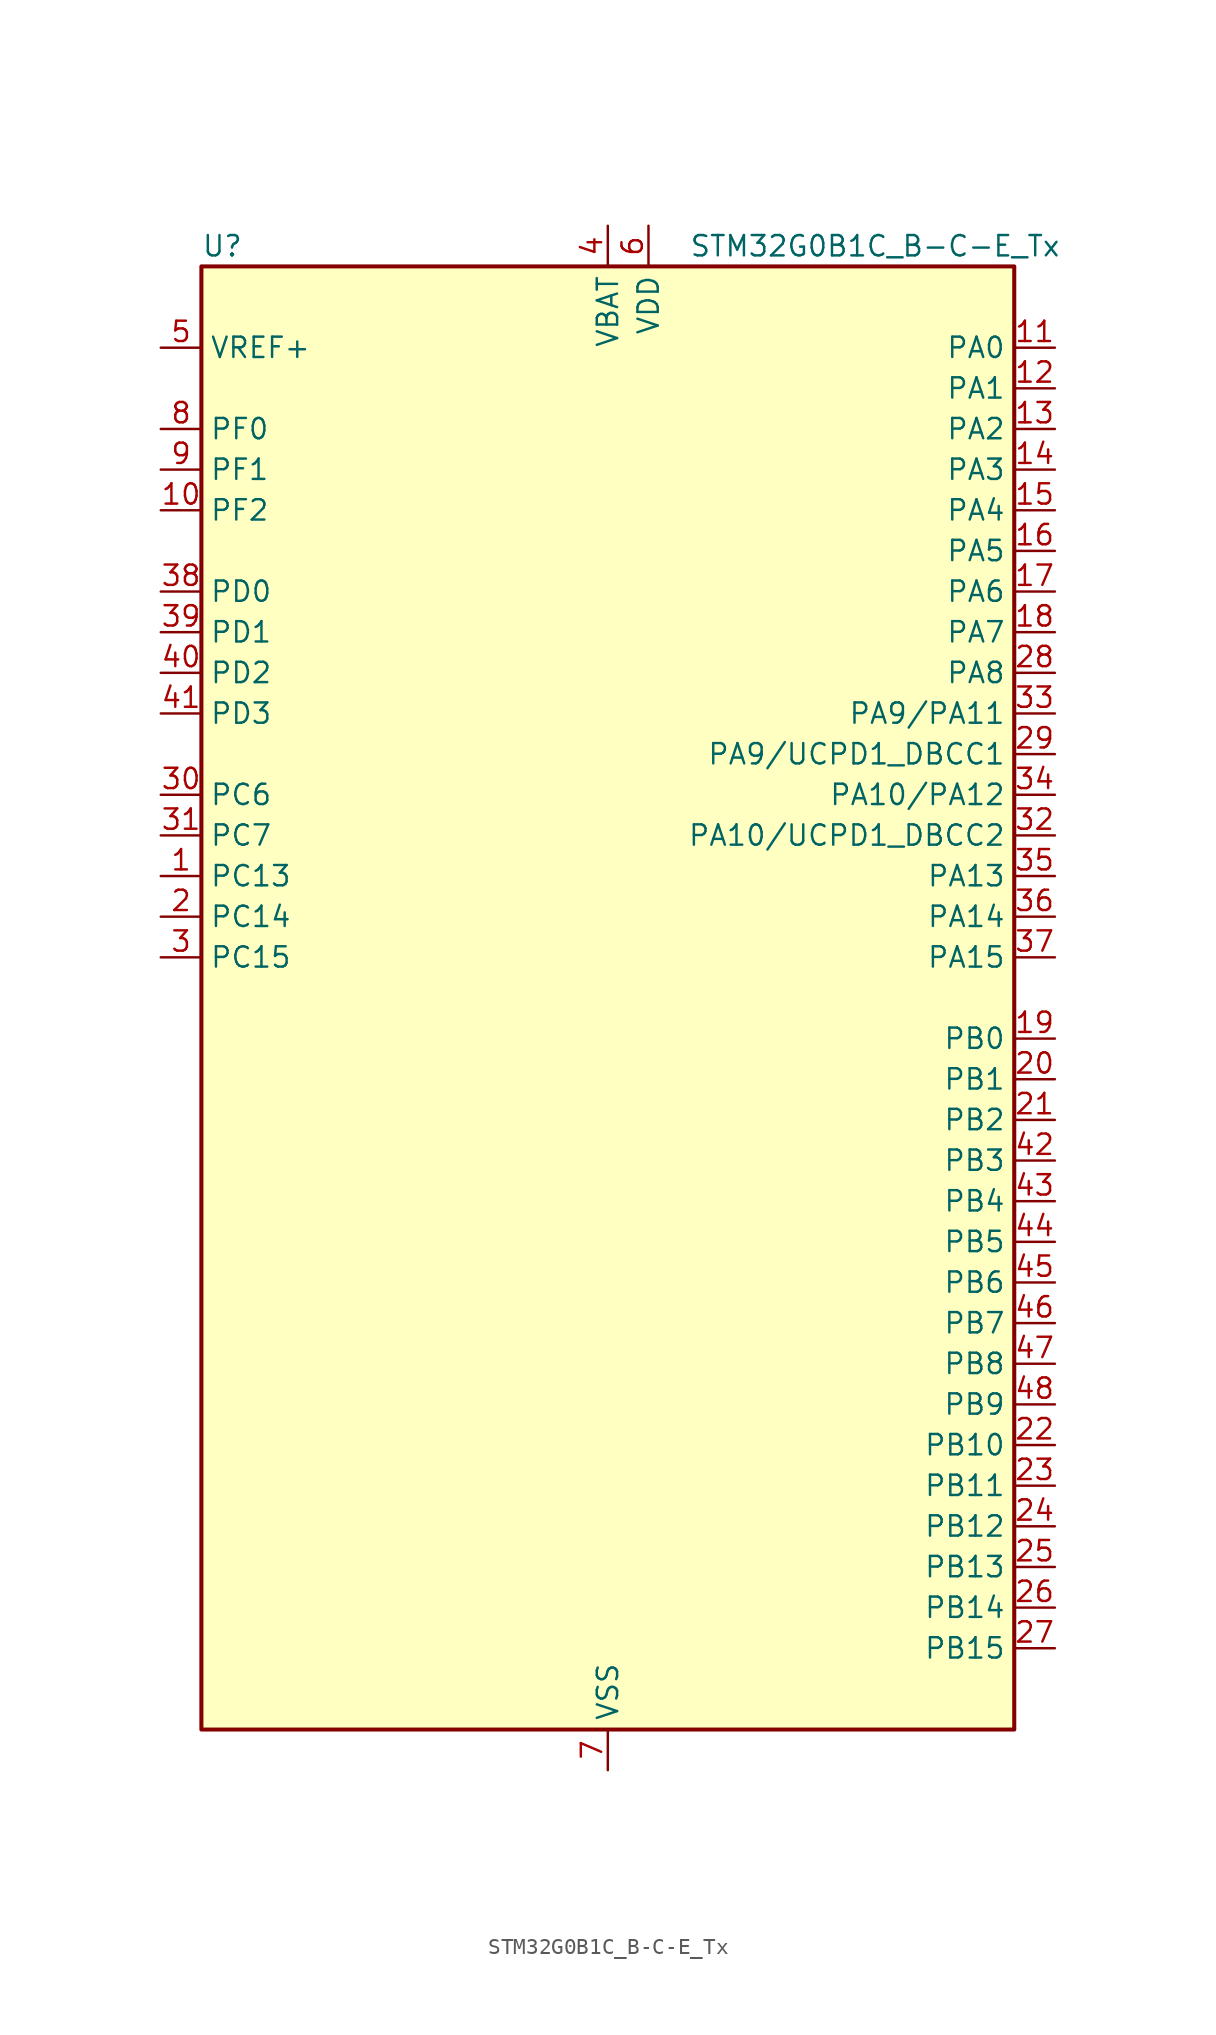
<source format=kicad_sym>
(kicad_symbol_lib
  (version 20241209)
  (generator "kicad_symbol_editor")
  (generator_version "9.0")
  (symbol "STM32G0B1C_B-C-E_Tx"
    (property "Reference" "U"
      (at -25.4 46.99 0)
      (effects (font (size 1.27 1.27)) (justify left)))
    (property "Value" "STM32G0B1C_B-C-E_Tx"
      (at 5.08 46.99 0)
      (effects (font (size 1.27 1.27)) (justify left)))
    (symbol "STM32G0B1C_B-C-E_Tx_0_1"
      (rectangle (start -25.4 -45.72) (end 25.4 45.72) (stroke (width 0.254) (type default)) (fill (type background))))
    (symbol "STM32G0B1C_B-C-E_Tx_1_1"
      (pin input line (at -27.94 40.64 0) (length 2.54) (name "VREF+" (effects (font (size 1.27 1.27)))) (number "5" (effects (font (size 1.27 1.27)))) (alternate "VREFBUF_OUT" bidirectional line))
      (pin bidirectional line (at -27.94 35.56 0) (length 2.54) (name "PF0" (effects (font (size 1.27 1.27)))) (number "8" (effects (font (size 1.27 1.27)))) (alternate "CRS1_SYNC" bidirectional line) (alternate "RCC_OSC_IN" bidirectional line) (alternate "TIM14_CH1" bidirectional line))
      (pin bidirectional line (at -27.94 33.02 0) (length 2.54) (name "PF1" (effects (font (size 1.27 1.27)))) (number "9" (effects (font (size 1.27 1.27)))) (alternate "RCC_OSC_EN" bidirectional line) (alternate "RCC_OSC_OUT" bidirectional line) (alternate "TIM15_CH1N" bidirectional line))
      (pin bidirectional line (at -27.94 30.48 0) (length 2.54) (name "PF2" (effects (font (size 1.27 1.27)))) (number "10" (effects (font (size 1.27 1.27)))) (alternate "LPUART2_DE" bidirectional line) (alternate "LPUART2_RTS" bidirectional line) (alternate "LPUART2_TX" bidirectional line) (alternate "RCC_MCO" bidirectional line))
      (pin bidirectional line (at -27.94 25.4 0) (length 2.54) (name "PD0" (effects (font (size 1.27 1.27)))) (number "38" (effects (font (size 1.27 1.27)))) (alternate "FDCAN1_RX" bidirectional line) (alternate "I2S2_WS" bidirectional line) (alternate "SPI2_NSS" bidirectional line) (alternate "TIM16_CH1" bidirectional line) (alternate "UCPD2_CC1" bidirectional line))
      (pin bidirectional line (at -27.94 22.86 0) (length 2.54) (name "PD1" (effects (font (size 1.27 1.27)))) (number "39" (effects (font (size 1.27 1.27)))) (alternate "FDCAN1_TX" bidirectional line) (alternate "I2S2_CK" bidirectional line) (alternate "SPI2_SCK" bidirectional line) (alternate "TIM17_CH1" bidirectional line) (alternate "UCPD2_DBCC1" bidirectional line))
      (pin bidirectional line (at -27.94 20.32 0) (length 2.54) (name "PD2" (effects (font (size 1.27 1.27)))) (number "40" (effects (font (size 1.27 1.27)))) (alternate "TIM1_CH1N" bidirectional line) (alternate "TIM3_ETR" bidirectional line) (alternate "UCPD2_CC2" bidirectional line) (alternate "USART3_CK" bidirectional line) (alternate "USART3_DE" bidirectional line) (alternate "USART3_RTS" bidirectional line) (alternate "USART5_RX" bidirectional line))
      (pin bidirectional line (at -27.94 17.78 0) (length 2.54) (name "PD3" (effects (font (size 1.27 1.27)))) (number "41" (effects (font (size 1.27 1.27)))) (alternate "I2S2_MCK" bidirectional line) (alternate "SPI2_MISO" bidirectional line) (alternate "TIM1_CH2N" bidirectional line) (alternate "UCPD2_DBCC2" bidirectional line) (alternate "USART2_CTS" bidirectional line) (alternate "USART2_NSS" bidirectional line) (alternate "USART5_TX" bidirectional line))
      (pin bidirectional line (at -27.94 12.7 0) (length 2.54) (name "PC6" (effects (font (size 1.27 1.27)))) (number "30" (effects (font (size 1.27 1.27)))) (alternate "LPUART2_TX" bidirectional line) (alternate "TIM2_CH3" bidirectional line) (alternate "TIM3_CH1" bidirectional line) (alternate "UCPD1_FRSTX1" bidirectional line) (alternate "UCPD1_FRSTX2" bidirectional line))
      (pin bidirectional line (at -27.94 10.16 0) (length 2.54) (name "PC7" (effects (font (size 1.27 1.27)))) (number "31" (effects (font (size 1.27 1.27)))) (alternate "LPUART2_RX" bidirectional line) (alternate "TIM2_CH4" bidirectional line) (alternate "TIM3_CH2" bidirectional line) (alternate "UCPD2_FRSTX1" bidirectional line) (alternate "UCPD2_FRSTX2" bidirectional line))
      (pin bidirectional line (at -27.94 7.62 0) (length 2.54) (name "PC13" (effects (font (size 1.27 1.27)))) (number "1" (effects (font (size 1.27 1.27)))) (alternate "RTC_OUT1" bidirectional line) (alternate "RTC_TAMP_IN1" bidirectional line) (alternate "RTC_TS" bidirectional line) (alternate "SYS_WKUP2" bidirectional line) (alternate "TIM1_BK" bidirectional line))
      (pin bidirectional line (at -27.94 5.08 0) (length 2.54) (name "PC14" (effects (font (size 1.27 1.27)))) (number "2" (effects (font (size 1.27 1.27)))) (alternate "RCC_OSC32_IN" bidirectional line) (alternate "TIM1_BK2" bidirectional line))
      (pin bidirectional line (at -27.94 2.54 0) (length 2.54) (name "PC15" (effects (font (size 1.27 1.27)))) (number "3" (effects (font (size 1.27 1.27)))) (alternate "RCC_OSC32_EN" bidirectional line) (alternate "RCC_OSC32_OUT" bidirectional line) (alternate "RCC_OSC_EN" bidirectional line) (alternate "TIM15_BK" bidirectional line))
      (pin power_in line (at 0 48.26 270) (length 2.54) (name "VBAT" (effects (font (size 1.27 1.27)))) (number "4" (effects (font (size 1.27 1.27)))))
      (pin power_in line (at 0 -48.26 90) (length 2.54) (name "VSS" (effects (font (size 1.27 1.27)))) (number "7" (effects (font (size 1.27 1.27)))))
      (pin power_in line (at 2.54 48.26 270) (length 2.54) (name "VDD" (effects (font (size 1.27 1.27)))) (number "6" (effects (font (size 1.27 1.27)))))
      (pin bidirectional line (at 27.94 40.64 180) (length 2.54) (name "PA0" (effects (font (size 1.27 1.27)))) (number "11" (effects (font (size 1.27 1.27)))) (alternate "ADC1_IN0" bidirectional line) (alternate "COMP1_INM" bidirectional line) (alternate "COMP1_OUT" bidirectional line) (alternate "I2S2_CK" bidirectional line) (alternate "LPTIM1_OUT" bidirectional line) (alternate "RTC_TAMP_IN2" bidirectional line) (alternate "SPI2_SCK" bidirectional line) (alternate "SYS_WKUP1" bidirectional line) (alternate "TIM2_CH1" bidirectional line) (alternate "TIM2_ETR" bidirectional line) (alternate "UCPD2_FRSTX1" bidirectional line) (alternate "UCPD2_FRSTX2" bidirectional line) (alternate "USART2_CTS" bidirectional line) (alternate "USART2_NSS" bidirectional line) (alternate "USART4_TX" bidirectional line))
      (pin bidirectional line (at 27.94 38.1 180) (length 2.54) (name "PA1" (effects (font (size 1.27 1.27)))) (number "12" (effects (font (size 1.27 1.27)))) (alternate "ADC1_IN1" bidirectional line) (alternate "COMP1_INP" bidirectional line) (alternate "I2C1_SMBA" bidirectional line) (alternate "I2S1_CK" bidirectional line) (alternate "SPI1_SCK" bidirectional line) (alternate "TIM15_CH1N" bidirectional line) (alternate "TIM2_CH2" bidirectional line) (alternate "USART2_CK" bidirectional line) (alternate "USART2_DE" bidirectional line) (alternate "USART2_RTS" bidirectional line) (alternate "USART4_RX" bidirectional line))
      (pin bidirectional line (at 27.94 35.56 180) (length 2.54) (name "PA2" (effects (font (size 1.27 1.27)))) (number "13" (effects (font (size 1.27 1.27)))) (alternate "ADC1_IN2" bidirectional line) (alternate "COMP2_INM" bidirectional line) (alternate "COMP2_OUT" bidirectional line) (alternate "I2S1_SD" bidirectional line) (alternate "LPUART1_TX" bidirectional line) (alternate "RCC_LSCO" bidirectional line) (alternate "SPI1_MOSI" bidirectional line) (alternate "SYS_WKUP4" bidirectional line) (alternate "TIM15_CH1" bidirectional line) (alternate "TIM2_CH3" bidirectional line) (alternate "UCPD1_FRSTX1" bidirectional line) (alternate "UCPD1_FRSTX2" bidirectional line) (alternate "USART2_TX" bidirectional line))
      (pin bidirectional line (at 27.94 33.02 180) (length 2.54) (name "PA3" (effects (font (size 1.27 1.27)))) (number "14" (effects (font (size 1.27 1.27)))) (alternate "ADC1_IN3" bidirectional line) (alternate "COMP2_INP" bidirectional line) (alternate "I2S2_MCK" bidirectional line) (alternate "LPUART1_RX" bidirectional line) (alternate "SPI2_MISO" bidirectional line) (alternate "TIM15_CH2" bidirectional line) (alternate "TIM2_CH4" bidirectional line) (alternate "UCPD2_FRSTX1" bidirectional line) (alternate "UCPD2_FRSTX2" bidirectional line) (alternate "USART2_RX" bidirectional line))
      (pin bidirectional line (at 27.94 30.48 180) (length 2.54) (name "PA4" (effects (font (size 1.27 1.27)))) (number "15" (effects (font (size 1.27 1.27)))) (alternate "ADC1_IN4" bidirectional line) (alternate "DAC1_OUT1" bidirectional line) (alternate "I2S1_WS" bidirectional line) (alternate "I2S2_SD" bidirectional line) (alternate "LPTIM2_OUT" bidirectional line) (alternate "RTC_OUT2" bidirectional line) (alternate "SPI1_NSS" bidirectional line) (alternate "SPI2_MOSI" bidirectional line) (alternate "SPI3_NSS" bidirectional line) (alternate "TIM14_CH1" bidirectional line) (alternate "UCPD2_FRSTX1" bidirectional line) (alternate "UCPD2_FRSTX2" bidirectional line) (alternate "USART6_TX" bidirectional line) (alternate "USB_NOE" bidirectional line))
      (pin bidirectional line (at 27.94 27.94 180) (length 2.54) (name "PA5" (effects (font (size 1.27 1.27)))) (number "16" (effects (font (size 1.27 1.27)))) (alternate "ADC1_IN5" bidirectional line) (alternate "CEC" bidirectional line) (alternate "DAC1_OUT2" bidirectional line) (alternate "I2S1_CK" bidirectional line) (alternate "LPTIM2_ETR" bidirectional line) (alternate "SPI1_SCK" bidirectional line) (alternate "TIM2_CH1" bidirectional line) (alternate "TIM2_ETR" bidirectional line) (alternate "UCPD1_FRSTX1" bidirectional line) (alternate "UCPD1_FRSTX2" bidirectional line) (alternate "USART3_TX" bidirectional line) (alternate "USART6_RX" bidirectional line))
      (pin bidirectional line (at 27.94 25.4 180) (length 2.54) (name "PA6" (effects (font (size 1.27 1.27)))) (number "17" (effects (font (size 1.27 1.27)))) (alternate "ADC1_IN6" bidirectional line) (alternate "COMP1_OUT" bidirectional line) (alternate "I2C2_SDA" bidirectional line) (alternate "I2C3_SDA" bidirectional line) (alternate "I2S1_MCK" bidirectional line) (alternate "LPUART1_CTS" bidirectional line) (alternate "SPI1_MISO" bidirectional line) (alternate "TIM16_CH1" bidirectional line) (alternate "TIM1_BK" bidirectional line) (alternate "TIM3_CH1" bidirectional line) (alternate "USART3_CTS" bidirectional line) (alternate "USART3_NSS" bidirectional line) (alternate "USART6_CTS" bidirectional line) (alternate "USART6_NSS" bidirectional line))
      (pin bidirectional line (at 27.94 22.86 180) (length 2.54) (name "PA7" (effects (font (size 1.27 1.27)))) (number "18" (effects (font (size 1.27 1.27)))) (alternate "ADC1_IN7" bidirectional line) (alternate "COMP2_OUT" bidirectional line) (alternate "I2C2_SCL" bidirectional line) (alternate "I2C3_SCL" bidirectional line) (alternate "I2S1_SD" bidirectional line) (alternate "SPI1_MOSI" bidirectional line) (alternate "TIM14_CH1" bidirectional line) (alternate "TIM17_CH1" bidirectional line) (alternate "TIM1_CH1N" bidirectional line) (alternate "TIM3_CH2" bidirectional line) (alternate "UCPD1_FRSTX1" bidirectional line) (alternate "UCPD1_FRSTX2" bidirectional line) (alternate "USART6_CK" bidirectional line) (alternate "USART6_DE" bidirectional line) (alternate "USART6_RTS" bidirectional line))
      (pin bidirectional line (at 27.94 20.32 180) (length 2.54) (name "PA8" (effects (font (size 1.27 1.27)))) (number "28" (effects (font (size 1.27 1.27)))) (alternate "CRS1_SYNC" bidirectional line) (alternate "I2C2_SMBA" bidirectional line) (alternate "I2S2_WS" bidirectional line) (alternate "LPTIM2_OUT" bidirectional line) (alternate "RCC_MCO" bidirectional line) (alternate "SPI2_NSS" bidirectional line) (alternate "TIM1_CH1" bidirectional line) (alternate "UCPD1_CC1" bidirectional line))
      (pin bidirectional line (at 27.94 17.78 180) (length 2.54) (name "PA9/PA11" (effects (font (size 1.27 1.27)))) (number "33" (effects (font (size 1.27 1.27)))) (alternate "ADC1_EXTI11 (PA11)" bidirectional line) (alternate "COMP1_OUT (PA11)" bidirectional line) (alternate "DAC1_EXTI9 (PA9)" bidirectional line) (alternate "FDCAN1_RX (PA11)" bidirectional line) (alternate "I2C1_SCL (PA9)" bidirectional line) (alternate "I2C2_SCL (PA11)" bidirectional line) (alternate "I2C2_SCL (PA9)" bidirectional line) (alternate "I2S1_MCK (PA11)" bidirectional line) (alternate "I2S2_MCK (PA9)" bidirectional line) (alternate "PA11" bidirectional line) (alternate "PA9" bidirectional line) (alternate "RCC_MCO (PA9)" bidirectional line) (alternate "SPI1_MISO (PA11)" bidirectional line) (alternate "SPI2_MISO (PA9)" bidirectional line) (alternate "TIM15_BK (PA9)" bidirectional line) (alternate "TIM1_BK2 (PA11)" bidirectional line) (alternate "TIM1_CH2 (PA9)" bidirectional line) (alternate "TIM1_CH4 (PA11)" bidirectional line) (alternate "UCPD1_DBCC1 (PA9)" bidirectional line) (alternate "USART1_CTS (PA11)" bidirectional line) (alternate "USART1_NSS (PA11)" bidirectional line) (alternate "USART1_TX (PA9)" bidirectional line) (alternate "USB_DM (PA11)" bidirectional line))
      (pin bidirectional line (at 27.94 15.24 180) (length 2.54) (name "PA9/UCPD1_DBCC1" (effects (font (size 1.27 1.27)))) (number "29" (effects (font (size 1.27 1.27)))) (alternate "DAC1_EXTI9 (PA9)" bidirectional line) (alternate "I2C1_SCL (PA9)" bidirectional line) (alternate "I2C2_SCL (PA9)" bidirectional line) (alternate "I2S2_MCK (PA9)" bidirectional line) (alternate "PA9" bidirectional line) (alternate "RCC_MCO (PA9)" bidirectional line) (alternate "SPI2_MISO (PA9)" bidirectional line) (alternate "TIM15_BK (PA9)" bidirectional line) (alternate "TIM1_CH2 (PA9)" bidirectional line) (alternate "UCPD1_DBCC1" bidirectional line) (alternate "UCPD1_DBCC1 (PA9)" bidirectional line) (alternate "UCPD1_DBCC1 (UCPD1_DBCC1)" bidirectional line) (alternate "USART1_TX (PA9)" bidirectional line))
      (pin bidirectional line (at 27.94 12.7 180) (length 2.54) (name "PA10/PA12" (effects (font (size 1.27 1.27)))) (number "34" (effects (font (size 1.27 1.27)))) (alternate "COMP2_OUT (PA12)" bidirectional line) (alternate "FDCAN1_TX (PA12)" bidirectional line) (alternate "I2C1_SDA (PA10)" bidirectional line) (alternate "I2C2_SDA (PA10)" bidirectional line) (alternate "I2C2_SDA (PA12)" bidirectional line) (alternate "I2S1_SD (PA12)" bidirectional line) (alternate "I2S2_SD (PA10)" bidirectional line) (alternate "I2S_CKIN (PA12)" bidirectional line) (alternate "PA10" bidirectional line) (alternate "PA12" bidirectional line) (alternate "RCC_MCO_2 (PA10)" bidirectional line) (alternate "SPI1_MOSI (PA12)" bidirectional line) (alternate "SPI2_MOSI (PA10)" bidirectional line) (alternate "TIM17_BK (PA10)" bidirectional line) (alternate "TIM1_CH3 (PA10)" bidirectional line) (alternate "TIM1_ETR (PA12)" bidirectional line) (alternate "UCPD1_DBCC2 (PA10)" bidirectional line) (alternate "USART1_CK (PA12)" bidirectional line) (alternate "USART1_DE (PA12)" bidirectional line) (alternate "USART1_RTS (PA12)" bidirectional line) (alternate "USART1_RX (PA10)" bidirectional line) (alternate "USB_DP (PA12)" bidirectional line))
      (pin bidirectional line (at 27.94 10.16 180) (length 2.54) (name "PA10/UCPD1_DBCC2" (effects (font (size 1.27 1.27)))) (number "32" (effects (font (size 1.27 1.27)))) (alternate "I2C1_SDA (PA10)" bidirectional line) (alternate "I2C2_SDA (PA10)" bidirectional line) (alternate "I2S2_SD (PA10)" bidirectional line) (alternate "PA10" bidirectional line) (alternate "RCC_MCO_2 (PA10)" bidirectional line) (alternate "SPI2_MOSI (PA10)" bidirectional line) (alternate "TIM17_BK (PA10)" bidirectional line) (alternate "TIM1_CH3 (PA10)" bidirectional line) (alternate "UCPD1_DBCC2" bidirectional line) (alternate "UCPD1_DBCC2 (PA10)" bidirectional line) (alternate "UCPD1_DBCC2 (UCPD1_DBCC2)" bidirectional line) (alternate "USART1_RX (PA10)" bidirectional line))
      (pin bidirectional line (at 27.94 7.62 180) (length 2.54) (name "PA13" (effects (font (size 1.27 1.27)))) (number "35" (effects (font (size 1.27 1.27)))) (alternate "IR_OUT" bidirectional line) (alternate "LPUART2_RX" bidirectional line) (alternate "SYS_SWDIO" bidirectional line) (alternate "USB_NOE" bidirectional line))
      (pin bidirectional line (at 27.94 5.08 180) (length 2.54) (name "PA14" (effects (font (size 1.27 1.27)))) (number "36" (effects (font (size 1.27 1.27)))) (alternate "LPUART2_TX" bidirectional line) (alternate "SYS_SWCLK" bidirectional line) (alternate "USART2_TX" bidirectional line))
      (pin bidirectional line (at 27.94 2.54 180) (length 2.54) (name "PA15" (effects (font (size 1.27 1.27)))) (number "37" (effects (font (size 1.27 1.27)))) (alternate "I2C2_SMBA" bidirectional line) (alternate "I2S1_WS" bidirectional line) (alternate "RCC_MCO_2" bidirectional line) (alternate "SPI1_NSS" bidirectional line) (alternate "SPI3_NSS" bidirectional line) (alternate "TIM2_CH1" bidirectional line) (alternate "TIM2_ETR" bidirectional line) (alternate "USART2_RX" bidirectional line) (alternate "USART3_CK" bidirectional line) (alternate "USART3_DE" bidirectional line) (alternate "USART3_RTS" bidirectional line) (alternate "USART4_CK" bidirectional line) (alternate "USART4_DE" bidirectional line) (alternate "USART4_RTS" bidirectional line) (alternate "USB_NOE" bidirectional line))
      (pin bidirectional line (at 27.94 -2.54 180) (length 2.54) (name "PB0" (effects (font (size 1.27 1.27)))) (number "19" (effects (font (size 1.27 1.27)))) (alternate "ADC1_IN8" bidirectional line) (alternate "COMP1_OUT" bidirectional line) (alternate "COMP3_INP" bidirectional line) (alternate "FDCAN2_RX" bidirectional line) (alternate "I2S1_WS" bidirectional line) (alternate "LPTIM1_OUT" bidirectional line) (alternate "LPUART2_CTS" bidirectional line) (alternate "SPI1_NSS" bidirectional line) (alternate "TIM1_CH2N" bidirectional line) (alternate "TIM3_CH3" bidirectional line) (alternate "UCPD1_FRSTX1" bidirectional line) (alternate "UCPD1_FRSTX2" bidirectional line) (alternate "USART3_RX" bidirectional line) (alternate "USART5_TX" bidirectional line))
      (pin bidirectional line (at 27.94 -5.08 180) (length 2.54) (name "PB1" (effects (font (size 1.27 1.27)))) (number "20" (effects (font (size 1.27 1.27)))) (alternate "ADC1_IN9" bidirectional line) (alternate "COMP1_INM" bidirectional line) (alternate "COMP3_OUT" bidirectional line) (alternate "FDCAN2_TX" bidirectional line) (alternate "LPTIM2_IN1" bidirectional line) (alternate "LPUART1_DE" bidirectional line) (alternate "LPUART1_RTS" bidirectional line) (alternate "LPUART2_DE" bidirectional line) (alternate "LPUART2_RTS" bidirectional line) (alternate "TIM14_CH1" bidirectional line) (alternate "TIM1_CH3N" bidirectional line) (alternate "TIM3_CH4" bidirectional line) (alternate "USART3_CK" bidirectional line) (alternate "USART3_DE" bidirectional line) (alternate "USART3_RTS" bidirectional line) (alternate "USART5_RX" bidirectional line))
      (pin bidirectional line (at 27.94 -7.62 180) (length 2.54) (name "PB2" (effects (font (size 1.27 1.27)))) (number "21" (effects (font (size 1.27 1.27)))) (alternate "ADC1_IN10" bidirectional line) (alternate "COMP1_INP" bidirectional line) (alternate "COMP3_INM" bidirectional line) (alternate "I2S2_MCK" bidirectional line) (alternate "LPTIM1_OUT" bidirectional line) (alternate "RCC_MCO_2" bidirectional line) (alternate "SPI2_MISO" bidirectional line) (alternate "USART3_TX" bidirectional line))
      (pin bidirectional line (at 27.94 -10.16 180) (length 2.54) (name "PB3" (effects (font (size 1.27 1.27)))) (number "42" (effects (font (size 1.27 1.27)))) (alternate "COMP2_INM" bidirectional line) (alternate "I2C2_SCL" bidirectional line) (alternate "I2C3_SCL" bidirectional line) (alternate "I2S1_CK" bidirectional line) (alternate "SPI1_SCK" bidirectional line) (alternate "SPI3_SCK" bidirectional line) (alternate "TIM1_CH2" bidirectional line) (alternate "TIM2_CH2" bidirectional line) (alternate "USART1_CK" bidirectional line) (alternate "USART1_DE" bidirectional line) (alternate "USART1_RTS" bidirectional line) (alternate "USART5_TX" bidirectional line))
      (pin bidirectional line (at 27.94 -12.7 180) (length 2.54) (name "PB4" (effects (font (size 1.27 1.27)))) (number "43" (effects (font (size 1.27 1.27)))) (alternate "COMP2_INP" bidirectional line) (alternate "I2C2_SDA" bidirectional line) (alternate "I2C3_SDA" bidirectional line) (alternate "I2S1_MCK" bidirectional line) (alternate "SPI1_MISO" bidirectional line) (alternate "SPI3_MISO" bidirectional line) (alternate "TIM17_BK" bidirectional line) (alternate "TIM3_CH1" bidirectional line) (alternate "USART1_CTS" bidirectional line) (alternate "USART1_NSS" bidirectional line) (alternate "USART5_RX" bidirectional line))
      (pin bidirectional line (at 27.94 -15.24 180) (length 2.54) (name "PB5" (effects (font (size 1.27 1.27)))) (number "44" (effects (font (size 1.27 1.27)))) (alternate "COMP2_OUT" bidirectional line) (alternate "FDCAN2_RX" bidirectional line) (alternate "I2C1_SMBA" bidirectional line) (alternate "I2S1_SD" bidirectional line) (alternate "LPTIM1_IN1" bidirectional line) (alternate "SPI1_MOSI" bidirectional line) (alternate "SPI3_MOSI" bidirectional line) (alternate "SYS_WKUP6" bidirectional line) (alternate "TIM16_BK" bidirectional line) (alternate "TIM3_CH2" bidirectional line) (alternate "USART5_CK" bidirectional line) (alternate "USART5_DE" bidirectional line) (alternate "USART5_RTS" bidirectional line))
      (pin bidirectional line (at 27.94 -17.78 180) (length 2.54) (name "PB6" (effects (font (size 1.27 1.27)))) (number "45" (effects (font (size 1.27 1.27)))) (alternate "COMP2_INP" bidirectional line) (alternate "FDCAN2_TX" bidirectional line) (alternate "I2C1_SCL" bidirectional line) (alternate "I2S2_MCK" bidirectional line) (alternate "LPTIM1_ETR" bidirectional line) (alternate "LPUART2_TX" bidirectional line) (alternate "SPI2_MISO" bidirectional line) (alternate "TIM16_CH1N" bidirectional line) (alternate "TIM1_CH3" bidirectional line) (alternate "TIM4_CH1" bidirectional line) (alternate "USART1_TX" bidirectional line) (alternate "USART5_CTS" bidirectional line) (alternate "USART5_NSS" bidirectional line))
      (pin bidirectional line (at 27.94 -20.32 180) (length 2.54) (name "PB7" (effects (font (size 1.27 1.27)))) (number "46" (effects (font (size 1.27 1.27)))) (alternate "COMP2_INM" bidirectional line) (alternate "I2C1_SDA" bidirectional line) (alternate "I2S2_SD" bidirectional line) (alternate "LPTIM1_IN2" bidirectional line) (alternate "LPUART2_RX" bidirectional line) (alternate "SPI2_MOSI" bidirectional line) (alternate "SYS_PVD_IN" bidirectional line) (alternate "TIM17_CH1N" bidirectional line) (alternate "TIM4_CH2" bidirectional line) (alternate "USART1_RX" bidirectional line) (alternate "USART4_CTS" bidirectional line) (alternate "USART4_NSS" bidirectional line))
      (pin bidirectional line (at 27.94 -22.86 180) (length 2.54) (name "PB8" (effects (font (size 1.27 1.27)))) (number "47" (effects (font (size 1.27 1.27)))) (alternate "CEC" bidirectional line) (alternate "FDCAN1_RX" bidirectional line) (alternate "I2C1_SCL" bidirectional line) (alternate "I2S2_CK" bidirectional line) (alternate "SPI2_SCK" bidirectional line) (alternate "TIM15_BK" bidirectional line) (alternate "TIM16_CH1" bidirectional line) (alternate "TIM4_CH3" bidirectional line) (alternate "USART3_TX" bidirectional line) (alternate "USART6_TX" bidirectional line))
      (pin bidirectional line (at 27.94 -25.4 180) (length 2.54) (name "PB9" (effects (font (size 1.27 1.27)))) (number "48" (effects (font (size 1.27 1.27)))) (alternate "DAC1_EXTI9" bidirectional line) (alternate "FDCAN1_TX" bidirectional line) (alternate "I2C1_SDA" bidirectional line) (alternate "I2S2_WS" bidirectional line) (alternate "IR_OUT" bidirectional line) (alternate "SPI2_NSS" bidirectional line) (alternate "TIM17_CH1" bidirectional line) (alternate "TIM4_CH4" bidirectional line) (alternate "UCPD2_FRSTX1" bidirectional line) (alternate "UCPD2_FRSTX2" bidirectional line) (alternate "USART3_RX" bidirectional line) (alternate "USART6_RX" bidirectional line))
      (pin bidirectional line (at 27.94 -27.94 180) (length 2.54) (name "PB10" (effects (font (size 1.27 1.27)))) (number "22" (effects (font (size 1.27 1.27)))) (alternate "ADC1_IN11" bidirectional line) (alternate "CEC" bidirectional line) (alternate "COMP1_OUT" bidirectional line) (alternate "I2C2_SCL" bidirectional line) (alternate "I2S2_CK" bidirectional line) (alternate "LPUART1_RX" bidirectional line) (alternate "SPI2_SCK" bidirectional line) (alternate "TIM2_CH3" bidirectional line) (alternate "USART3_TX" bidirectional line))
      (pin bidirectional line (at 27.94 -30.48 180) (length 2.54) (name "PB11" (effects (font (size 1.27 1.27)))) (number "23" (effects (font (size 1.27 1.27)))) (alternate "ADC1_EXTI11" bidirectional line) (alternate "ADC1_IN15" bidirectional line) (alternate "COMP2_OUT" bidirectional line) (alternate "I2C2_SDA" bidirectional line) (alternate "I2S2_SD" bidirectional line) (alternate "LPUART1_TX" bidirectional line) (alternate "SPI2_MOSI" bidirectional line) (alternate "TIM2_CH4" bidirectional line) (alternate "USART3_RX" bidirectional line))
      (pin bidirectional line (at 27.94 -33.02 180) (length 2.54) (name "PB12" (effects (font (size 1.27 1.27)))) (number "24" (effects (font (size 1.27 1.27)))) (alternate "ADC1_IN16" bidirectional line) (alternate "FDCAN2_RX" bidirectional line) (alternate "I2C2_SMBA" bidirectional line) (alternate "I2S2_WS" bidirectional line) (alternate "LPUART1_DE" bidirectional line) (alternate "LPUART1_RTS" bidirectional line) (alternate "SPI2_NSS" bidirectional line) (alternate "TIM15_BK" bidirectional line) (alternate "TIM1_BK" bidirectional line) (alternate "UCPD2_FRSTX1" bidirectional line) (alternate "UCPD2_FRSTX2" bidirectional line))
      (pin bidirectional line (at 27.94 -35.56 180) (length 2.54) (name "PB13" (effects (font (size 1.27 1.27)))) (number "25" (effects (font (size 1.27 1.27)))) (alternate "FDCAN2_TX" bidirectional line) (alternate "I2C2_SCL" bidirectional line) (alternate "I2S2_CK" bidirectional line) (alternate "LPUART1_CTS" bidirectional line) (alternate "SPI2_SCK" bidirectional line) (alternate "TIM15_CH1N" bidirectional line) (alternate "TIM1_CH1N" bidirectional line) (alternate "USART3_CTS" bidirectional line) (alternate "USART3_NSS" bidirectional line))
      (pin bidirectional line (at 27.94 -38.1 180) (length 2.54) (name "PB14" (effects (font (size 1.27 1.27)))) (number "26" (effects (font (size 1.27 1.27)))) (alternate "I2C2_SDA" bidirectional line) (alternate "I2S2_MCK" bidirectional line) (alternate "SPI2_MISO" bidirectional line) (alternate "TIM15_CH1" bidirectional line) (alternate "TIM1_CH2N" bidirectional line) (alternate "UCPD1_FRSTX1" bidirectional line) (alternate "UCPD1_FRSTX2" bidirectional line) (alternate "USART3_CK" bidirectional line) (alternate "USART3_DE" bidirectional line) (alternate "USART3_RTS" bidirectional line) (alternate "USART6_CK" bidirectional line) (alternate "USART6_DE" bidirectional line) (alternate "USART6_RTS" bidirectional line))
      (pin bidirectional line (at 27.94 -40.64 180) (length 2.54) (name "PB15" (effects (font (size 1.27 1.27)))) (number "27" (effects (font (size 1.27 1.27)))) (alternate "I2S2_SD" bidirectional line) (alternate "RTC_REFIN" bidirectional line) (alternate "SPI2_MOSI" bidirectional line) (alternate "TIM15_CH1N" bidirectional line) (alternate "TIM15_CH2" bidirectional line) (alternate "TIM1_CH3N" bidirectional line) (alternate "UCPD1_CC2" bidirectional line) (alternate "USART6_CTS" bidirectional line) (alternate "USART6_NSS" bidirectional line)))))
</source>
